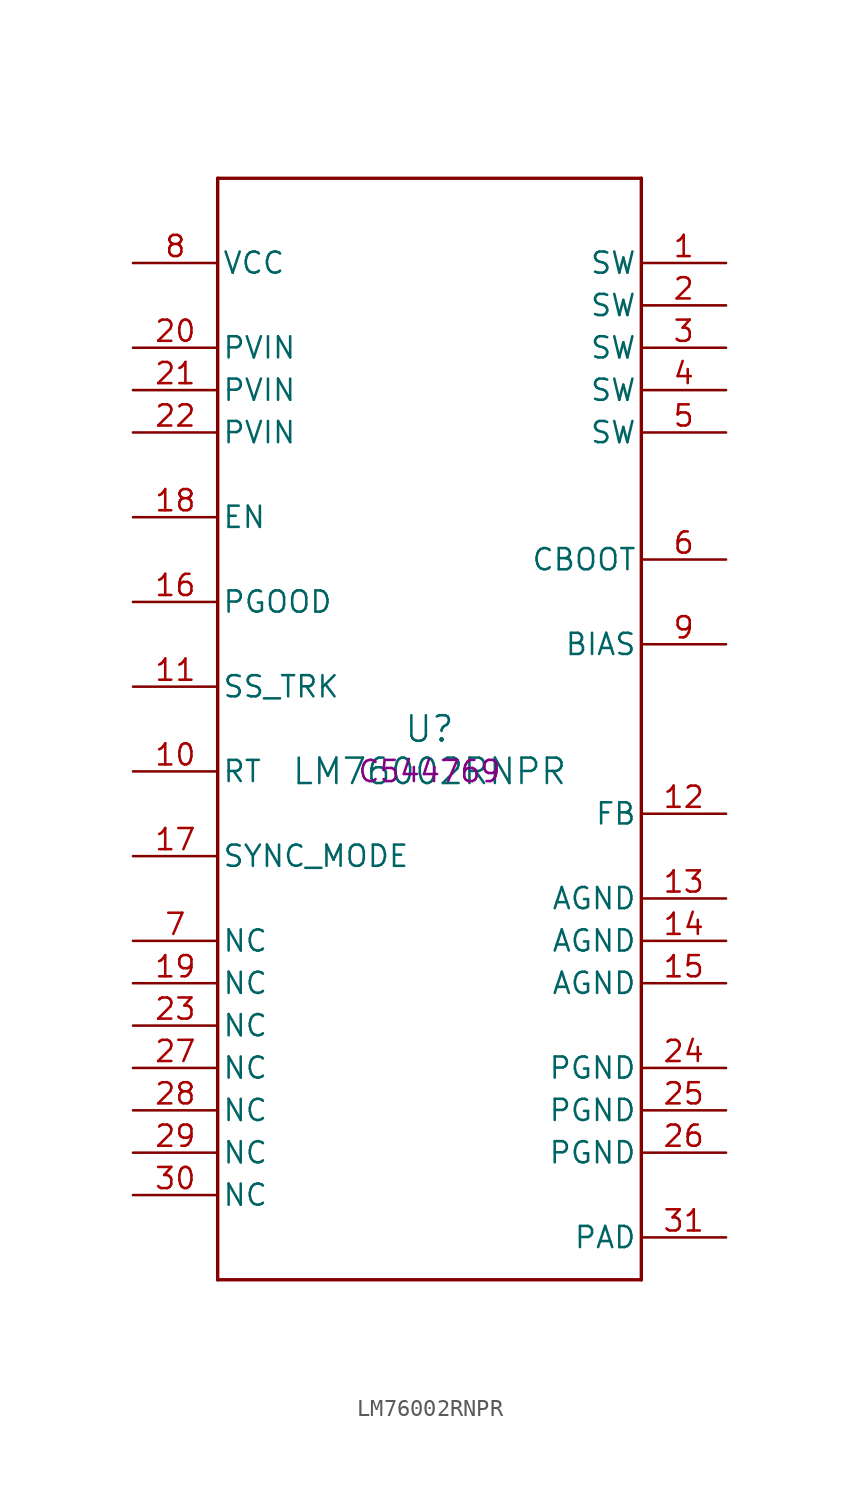
<source format=kicad_sym>
(kicad_symbol_lib
  (version 20231120)
  (generator "kicad_symbol_editor")
  (generator_version "8.0")
  (symbol "LM76002RNPR"
    (pin_names
      (offset 0.254))
    (property "Reference" "U"
      (at 0 2.54 0)
      (effects (font (size 1.524 1.524))))
    (property "Value" "LM76002RNPR"
      (at 0 0 0)
      (effects (font (size 1.524 1.524))))
    (property "LCSC" "C544769"
      (at 0 0 0)
      (effects (font (size 1.27 1.27))))
    (symbol "LM76002RNPR_0_1"
      (polyline (pts (xy -12.7 -30.48) (xy 12.7 -30.48)) (stroke (width 0.203) (type default)) (fill (type none)))
      (polyline (pts (xy -12.7 35.56) (xy -12.7 -30.48)) (stroke (width 0.203) (type default)) (fill (type none)))
      (polyline (pts (xy 12.7 -30.48) (xy 12.7 35.56)) (stroke (width 0.203) (type default)) (fill (type none)))
      (polyline (pts (xy 12.7 35.56) (xy -12.7 35.56)) (stroke (width 0.203) (type default)) (fill (type none)))
      (pin power_in line (at 17.78 30.48 180) (length 5.08) (name "SW" (effects (font (size 1.27 1.27)))) (number "1" (effects (font (size 1.27 1.27)))))
      (pin input line (at -17.78 0 0) (length 5.08) (name "RT" (effects (font (size 1.27 1.27)))) (number "10" (effects (font (size 1.27 1.27)))))
      (pin input line (at -17.78 5.08 0) (length 5.08) (name "SS_TRK" (effects (font (size 1.27 1.27)))) (number "11" (effects (font (size 1.27 1.27)))))
      (pin input line (at 17.78 -2.54 180) (length 5.08) (name "FB" (effects (font (size 1.27 1.27)))) (number "12" (effects (font (size 1.27 1.27)))))
      (pin power_in line (at 17.78 -7.62 180) (length 5.08) (name "AGND" (effects (font (size 1.27 1.27)))) (number "13" (effects (font (size 1.27 1.27)))))
      (pin power_in line (at 17.78 -10.16 180) (length 5.08) (name "AGND" (effects (font (size 1.27 1.27)))) (number "14" (effects (font (size 1.27 1.27)))))
      (pin power_in line (at 17.78 -12.7 180) (length 5.08) (name "AGND" (effects (font (size 1.27 1.27)))) (number "15" (effects (font (size 1.27 1.27)))))
      (pin open_collector line (at -17.78 10.16 0) (length 5.08) (name "PGOOD" (effects (font (size 1.27 1.27)))) (number "16" (effects (font (size 1.27 1.27)))))
      (pin input line (at -17.78 -5.08 0) (length 5.08) (name "SYNC_MODE" (effects (font (size 1.27 1.27)))) (number "17" (effects (font (size 1.27 1.27)))))
      (pin input line (at -17.78 15.24 0) (length 5.08) (name "EN" (effects (font (size 1.27 1.27)))) (number "18" (effects (font (size 1.27 1.27)))))
      (pin unspecified line (at -17.78 -12.7 0) (length 5.08) (name "NC" (effects (font (size 1.27 1.27)))) (number "19" (effects (font (size 1.27 1.27)))))
      (pin power_in line (at 17.78 27.94 180) (length 5.08) (name "SW" (effects (font (size 1.27 1.27)))) (number "2" (effects (font (size 1.27 1.27)))))
      (pin power_in line (at -17.78 25.4 0) (length 5.08) (name "PVIN" (effects (font (size 1.27 1.27)))) (number "20" (effects (font (size 1.27 1.27)))))
      (pin power_in line (at -17.78 22.86 0) (length 5.08) (name "PVIN" (effects (font (size 1.27 1.27)))) (number "21" (effects (font (size 1.27 1.27)))))
      (pin power_in line (at -17.78 20.32 0) (length 5.08) (name "PVIN" (effects (font (size 1.27 1.27)))) (number "22" (effects (font (size 1.27 1.27)))))
      (pin unspecified line (at -17.78 -15.24 0) (length 5.08) (name "NC" (effects (font (size 1.27 1.27)))) (number "23" (effects (font (size 1.27 1.27)))))
      (pin power_in line (at 17.78 -17.78 180) (length 5.08) (name "PGND" (effects (font (size 1.27 1.27)))) (number "24" (effects (font (size 1.27 1.27)))))
      (pin power_in line (at 17.78 -20.32 180) (length 5.08) (name "PGND" (effects (font (size 1.27 1.27)))) (number "25" (effects (font (size 1.27 1.27)))))
      (pin power_in line (at 17.78 -22.86 180) (length 5.08) (name "PGND" (effects (font (size 1.27 1.27)))) (number "26" (effects (font (size 1.27 1.27)))))
      (pin unspecified line (at -17.78 -17.78 0) (length 5.08) (name "NC" (effects (font (size 1.27 1.27)))) (number "27" (effects (font (size 1.27 1.27)))))
      (pin unspecified line (at -17.78 -20.32 0) (length 5.08) (name "NC" (effects (font (size 1.27 1.27)))) (number "28" (effects (font (size 1.27 1.27)))))
      (pin unspecified line (at -17.78 -22.86 0) (length 5.08) (name "NC" (effects (font (size 1.27 1.27)))) (number "29" (effects (font (size 1.27 1.27)))))
      (pin power_in line (at 17.78 25.4 180) (length 5.08) (name "SW" (effects (font (size 1.27 1.27)))) (number "3" (effects (font (size 1.27 1.27)))))
      (pin unspecified line (at -17.78 -25.4 0) (length 5.08) (name "NC" (effects (font (size 1.27 1.27)))) (number "30" (effects (font (size 1.27 1.27)))))
      (pin power_in line (at 17.78 -27.94 180) (length 5.08) (name "PAD" (effects (font (size 1.27 1.27)))) (number "31" (effects (font (size 1.27 1.27)))))
      (pin power_in line (at 17.78 22.86 180) (length 5.08) (name "SW" (effects (font (size 1.27 1.27)))) (number "4" (effects (font (size 1.27 1.27)))))
      (pin power_in line (at 17.78 20.32 180) (length 5.08) (name "SW" (effects (font (size 1.27 1.27)))) (number "5" (effects (font (size 1.27 1.27)))))
      (pin power_in line (at 17.78 12.7 180) (length 5.08) (name "CBOOT" (effects (font (size 1.27 1.27)))) (number "6" (effects (font (size 1.27 1.27)))))
      (pin unspecified line (at -17.78 -10.16 0) (length 5.08) (name "NC" (effects (font (size 1.27 1.27)))) (number "7" (effects (font (size 1.27 1.27)))))
      (pin power_in line (at -17.78 30.48 0) (length 5.08) (name "VCC" (effects (font (size 1.27 1.27)))) (number "8" (effects (font (size 1.27 1.27)))))
      (pin unspecified line (at 17.78 7.62 180) (length 5.08) (name "BIAS" (effects (font (size 1.27 1.27)))) (number "9" (effects (font (size 1.27 1.27))))))))
</source>
